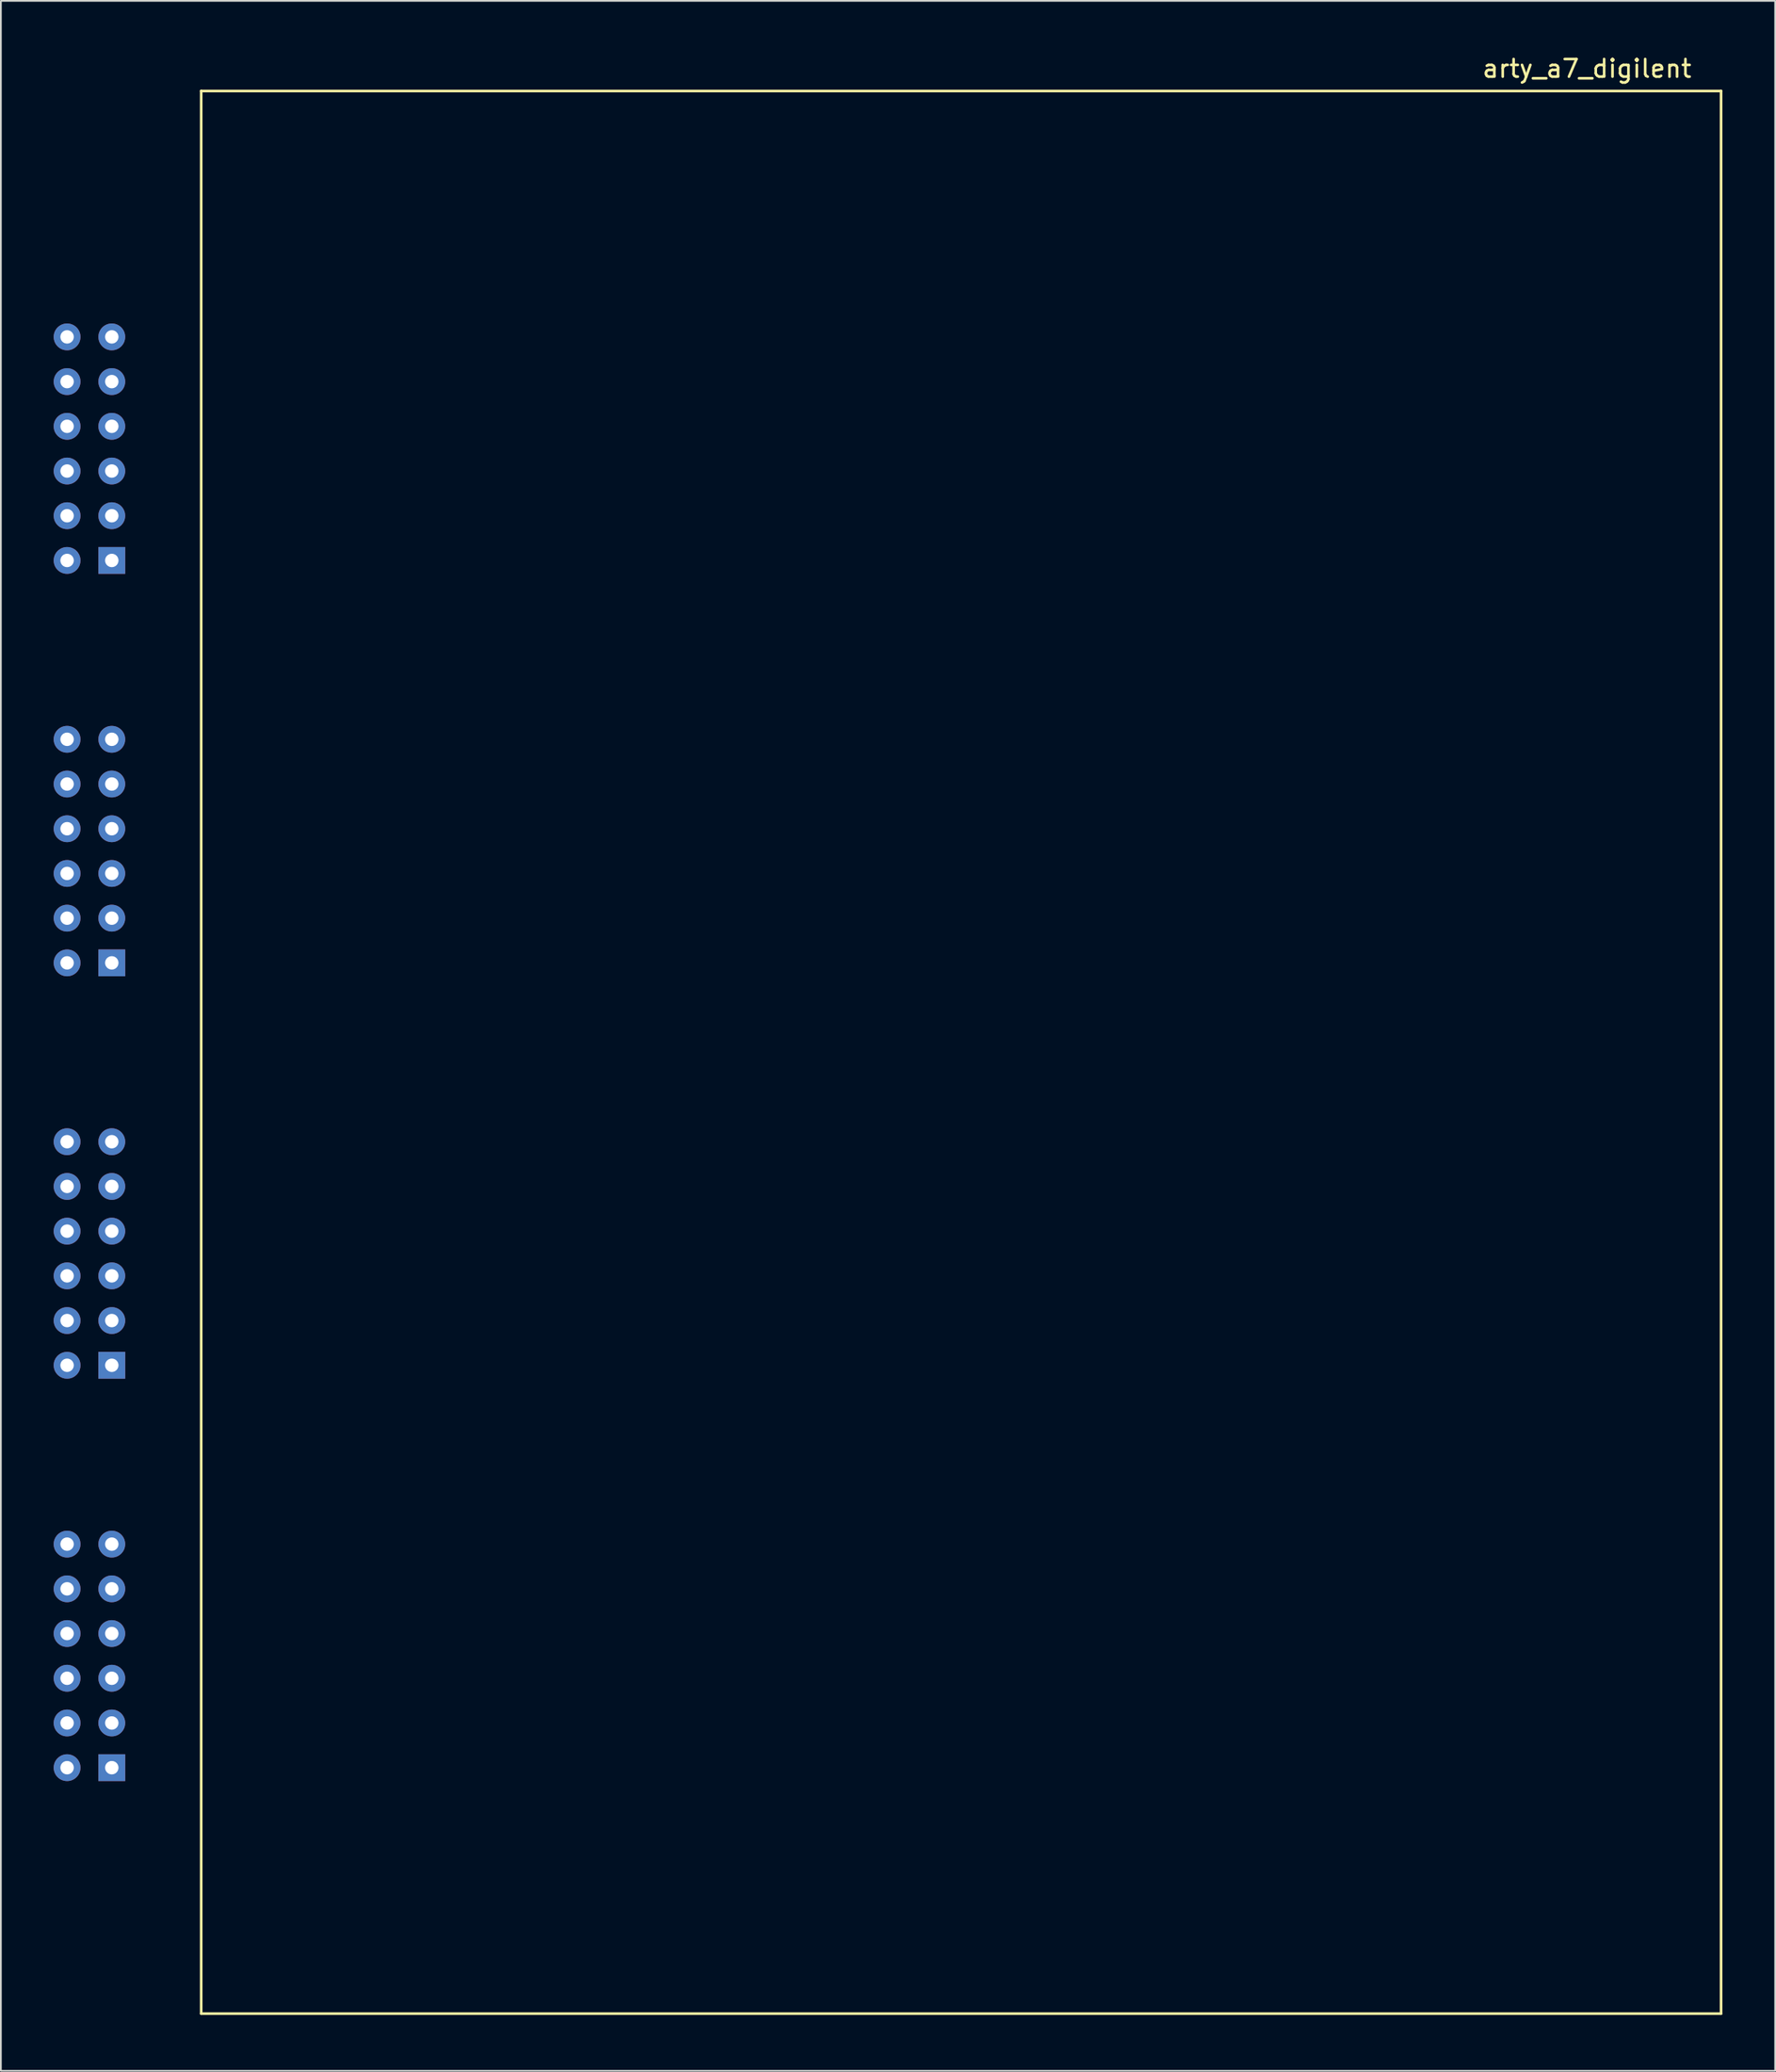
<source format=kicad_pcb>
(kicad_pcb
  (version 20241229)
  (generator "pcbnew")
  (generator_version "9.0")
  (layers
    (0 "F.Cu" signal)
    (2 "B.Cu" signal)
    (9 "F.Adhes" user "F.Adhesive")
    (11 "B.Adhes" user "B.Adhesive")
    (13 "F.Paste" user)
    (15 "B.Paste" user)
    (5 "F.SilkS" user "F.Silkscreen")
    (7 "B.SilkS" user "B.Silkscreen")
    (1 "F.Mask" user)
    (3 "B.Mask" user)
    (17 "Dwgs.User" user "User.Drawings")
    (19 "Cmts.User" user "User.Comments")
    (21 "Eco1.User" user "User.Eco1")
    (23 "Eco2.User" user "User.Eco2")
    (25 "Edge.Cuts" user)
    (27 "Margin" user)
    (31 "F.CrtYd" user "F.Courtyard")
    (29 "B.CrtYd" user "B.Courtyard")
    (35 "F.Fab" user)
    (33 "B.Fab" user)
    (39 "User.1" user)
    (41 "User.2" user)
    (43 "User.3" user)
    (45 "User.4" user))
  (footprint "arty_a7_digilent"
    (layer "F.Cu")
    (at 8.382 111.338)
    (property "Reference" "arty_a7_digilent" (at 78.74 -110.49 0) (layer "F.SilkS") (effects (font (size 1 1) (thickness 0.15))))
    (attr through_hole)
    (fp_line (start 0 -109.22) (end 0 0) (stroke (width 0.15) (type solid)) (layer "F.SilkS"))
    (fp_line (start 0 0) (end 86.36 0) (stroke (width 0.15) (type solid)) (layer "F.SilkS"))
    (fp_line (start 86.36 -109.22) (end 0 -109.22) (stroke (width 0.15) (type solid)) (layer "F.SilkS"))
    (fp_line (start 86.36 0) (end 86.36 -109.22) (stroke (width 0.15) (type solid)) (layer "F.SilkS"))
    (pad "A1" thru_hole rect (at -5.08 -13.97) (size 1.524 1.524) (drill 0.762) (layers "*.Cu" "*.Mask"))
    (pad "A2" thru_hole circle (at -5.08 -16.51) (size 1.524 1.524) (drill 0.762) (layers "*.Cu" "*.Mask"))
    (pad "A3" thru_hole circle (at -5.08 -19.05) (size 1.524 1.524) (drill 0.762) (layers "*.Cu" "*.Mask"))
    (pad "A4" thru_hole circle (at -5.08 -21.59) (size 1.524 1.524) (drill 0.762) (layers "*.Cu" "*.Mask"))
    (pad "A5" thru_hole circle (at -5.08 -24.13) (size 1.524 1.524) (drill 0.762) (layers "*.Cu" "*.Mask"))
    (pad "A6" thru_hole circle (at -5.08 -26.67) (size 1.524 1.524) (drill 0.762) (layers "*.Cu" "*.Mask"))
    (pad "A7" thru_hole circle (at -7.62 -13.97) (size 1.524 1.524) (drill 0.762) (layers "*.Cu" "*.Mask"))
    (pad "A8" thru_hole circle (at -7.62 -16.51) (size 1.524 1.524) (drill 0.762) (layers "*.Cu" "*.Mask"))
    (pad "A9" thru_hole circle (at -7.62 -19.05) (size 1.524 1.524) (drill 0.762) (layers "*.Cu" "*.Mask"))
    (pad "A10" thru_hole circle (at -7.62 -21.59) (size 1.524 1.524) (drill 0.762) (layers "*.Cu" "*.Mask"))
    (pad "A11" thru_hole circle (at -7.62 -24.13) (size 1.524 1.524) (drill 0.762) (layers "*.Cu" "*.Mask"))
    (pad "A12" thru_hole circle (at -7.62 -26.67) (size 1.524 1.524) (drill 0.762) (layers "*.Cu" "*.Mask"))
    (pad "B1" thru_hole rect (at -5.08 -36.83) (size 1.524 1.524) (drill 0.762) (layers "*.Cu" "*.Mask"))
    (pad "B2" thru_hole circle (at -5.08 -39.37) (size 1.524 1.524) (drill 0.762) (layers "*.Cu" "*.Mask"))
    (pad "B3" thru_hole circle (at -5.08 -41.91) (size 1.524 1.524) (drill 0.762) (layers "*.Cu" "*.Mask"))
    (pad "B4" thru_hole circle (at -5.08 -44.45) (size 1.524 1.524) (drill 0.762) (layers "*.Cu" "*.Mask"))
    (pad "B5" thru_hole circle (at -5.08 -46.99) (size 1.524 1.524) (drill 0.762) (layers "*.Cu" "*.Mask"))
    (pad "B6" thru_hole circle (at -5.08 -49.53) (size 1.524 1.524) (drill 0.762) (layers "*.Cu" "*.Mask"))
    (pad "B7" thru_hole circle (at -7.62 -36.83) (size 1.524 1.524) (drill 0.762) (layers "*.Cu" "*.Mask"))
    (pad "B8" thru_hole circle (at -7.62 -39.37) (size 1.524 1.524) (drill 0.762) (layers "*.Cu" "*.Mask"))
    (pad "B9" thru_hole circle (at -7.62 -41.91) (size 1.524 1.524) (drill 0.762) (layers "*.Cu" "*.Mask"))
    (pad "B10" thru_hole circle (at -7.62 -44.45) (size 1.524 1.524) (drill 0.762) (layers "*.Cu" "*.Mask"))
    (pad "B11" thru_hole circle (at -7.62 -46.99) (size 1.524 1.524) (drill 0.762) (layers "*.Cu" "*.Mask"))
    (pad "B12" thru_hole circle (at -7.62 -49.53) (size 1.524 1.524) (drill 0.762) (layers "*.Cu" "*.Mask"))
    (pad "C1" thru_hole rect (at -5.08 -59.69) (size 1.524 1.524) (drill 0.762) (layers "*.Cu" "*.Mask"))
    (pad "C2" thru_hole circle (at -5.08 -62.23) (size 1.524 1.524) (drill 0.762) (layers "*.Cu" "*.Mask"))
    (pad "C3" thru_hole circle (at -5.08 -64.77) (size 1.524 1.524) (drill 0.762) (layers "*.Cu" "*.Mask"))
    (pad "C4" thru_hole circle (at -5.08 -67.31) (size 1.524 1.524) (drill 0.762) (layers "*.Cu" "*.Mask"))
    (pad "C5" thru_hole circle (at -5.08 -69.85) (size 1.524 1.524) (drill 0.762) (layers "*.Cu" "*.Mask"))
    (pad "C6" thru_hole circle (at -5.08 -72.39) (size 1.524 1.524) (drill 0.762) (layers "*.Cu" "*.Mask"))
    (pad "C7" thru_hole circle (at -7.62 -59.69) (size 1.524 1.524) (drill 0.762) (layers "*.Cu" "*.Mask"))
    (pad "C8" thru_hole circle (at -7.62 -62.23) (size 1.524 1.524) (drill 0.762) (layers "*.Cu" "*.Mask"))
    (pad "C9" thru_hole circle (at -7.62 -64.77) (size 1.524 1.524) (drill 0.762) (layers "*.Cu" "*.Mask"))
    (pad "C10" thru_hole circle (at -7.62 -67.31) (size 1.524 1.524) (drill 0.762) (layers "*.Cu" "*.Mask"))
    (pad "C11" thru_hole circle (at -7.62 -69.85) (size 1.524 1.524) (drill 0.762) (layers "*.Cu" "*.Mask"))
    (pad "C12" thru_hole circle (at -7.62 -72.39) (size 1.524 1.524) (drill 0.762) (layers "*.Cu" "*.Mask"))
    (pad "D1" thru_hole rect (at -5.08 -82.55) (size 1.524 1.524) (drill 0.762) (layers "*.Cu" "*.Mask"))
    (pad "D2" thru_hole circle (at -5.08 -85.09) (size 1.524 1.524) (drill 0.762) (layers "*.Cu" "*.Mask"))
    (pad "D3" thru_hole circle (at -5.08 -87.63) (size 1.524 1.524) (drill 0.762) (layers "*.Cu" "*.Mask"))
    (pad "D4" thru_hole circle (at -5.08 -90.17) (size 1.524 1.524) (drill 0.762) (layers "*.Cu" "*.Mask"))
    (pad "D5" thru_hole circle (at -5.08 -92.71) (size 1.524 1.524) (drill 0.762) (layers "*.Cu" "*.Mask"))
    (pad "D6" thru_hole circle (at -5.08 -95.25) (size 1.524 1.524) (drill 0.762) (layers "*.Cu" "*.Mask"))
    (pad "D7" thru_hole circle (at -7.62 -82.55) (size 1.524 1.524) (drill 0.762) (layers "*.Cu" "*.Mask"))
    (pad "D8" thru_hole circle (at -7.62 -85.09) (size 1.524 1.524) (drill 0.762) (layers "*.Cu" "*.Mask"))
    (pad "D9" thru_hole circle (at -7.62 -87.63) (size 1.524 1.524) (drill 0.762) (layers "*.Cu" "*.Mask"))
    (pad "D10" thru_hole circle (at -7.62 -90.17) (size 1.524 1.524) (drill 0.762) (layers "*.Cu" "*.Mask"))
    (pad "D11" thru_hole circle (at -7.62 -92.71) (size 1.524 1.524) (drill 0.762) (layers "*.Cu" "*.Mask"))
    (pad "D12" thru_hole circle (at -7.62 -95.25) (size 1.524 1.524) (drill 0.762) (layers "*.Cu" "*.Mask")))
  (gr_rect
    (start -3 -3)
    (end 97.817 114.588)
    (stroke (width 0.1) (type default))
    (fill no)
    (layer "Edge.Cuts")))
</source>
